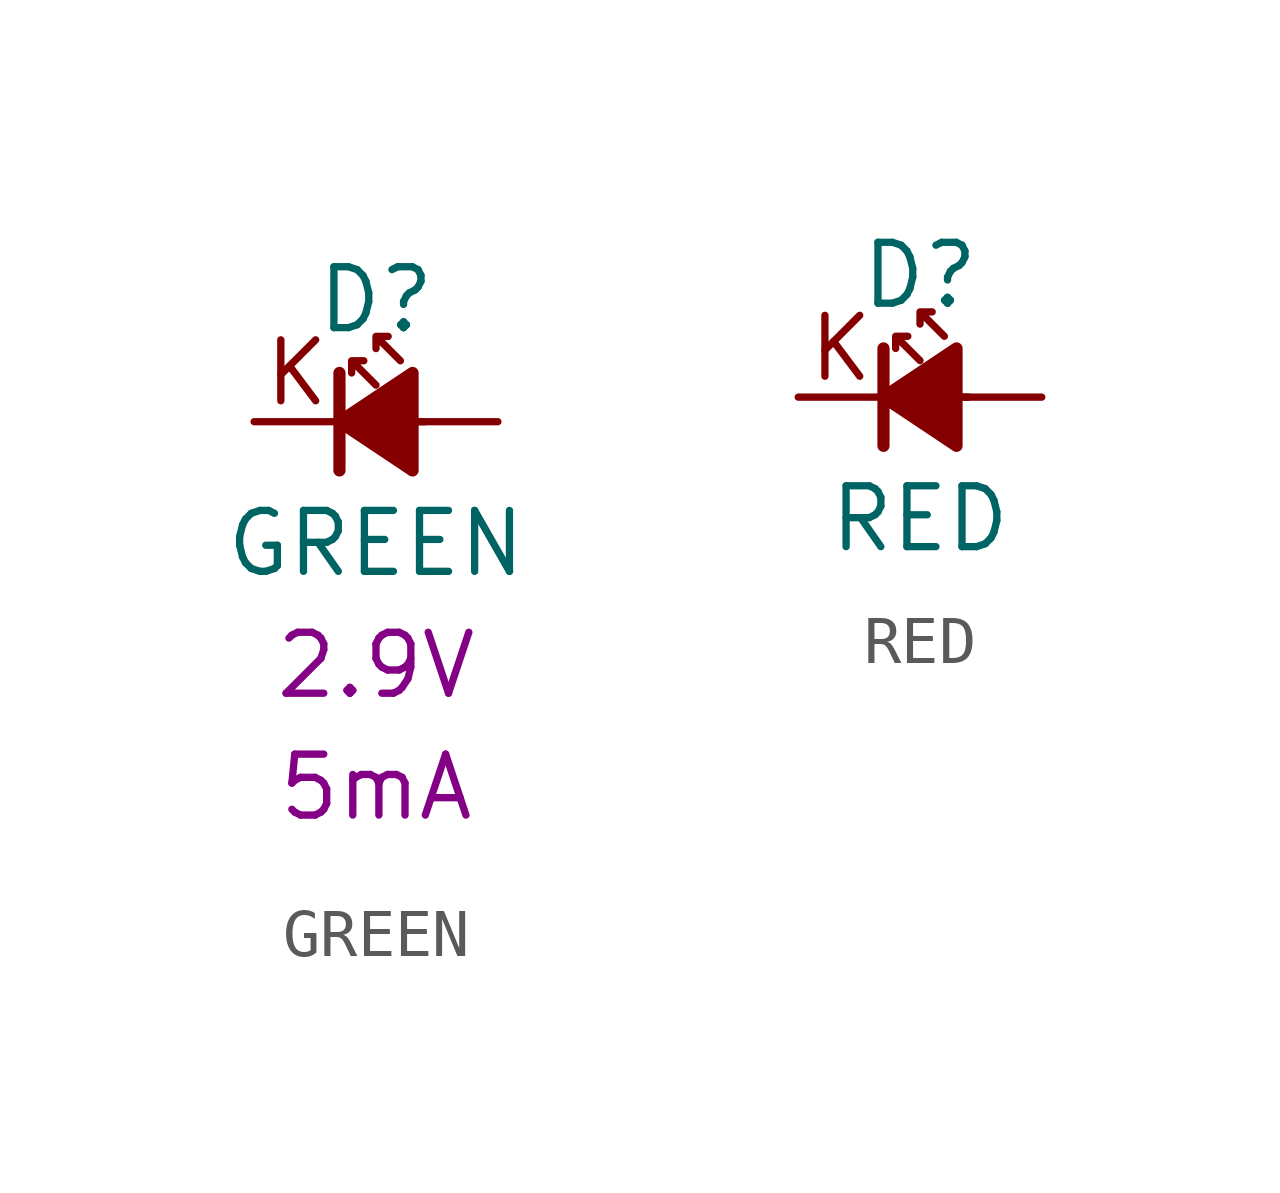
<source format=kicad_sym>
(kicad_symbol_lib
  (version 20210619)
  (generator kicad_symbol_editor)
  (symbol "ulib_LED_SMD:GREEN"
    (pin_numbers hide)
    (pin_names hide)
    (property "Reference" "D"
      (at -2.54 2.54 0)
      (effects (font (size 1.27 1.27))))
    (property "Value" "GREEN"
      (at -2.54 -2.54 0)
      (effects (font (size 1.27 1.27))))
    (property "Voltage" "2.9V"
      (at -2.54 -5.08 0)
      (effects (font (size 1.27 1.27))))
    (property "Current" "5mA"
      (at -2.54 -7.62 0)
      (effects (font (size 1.27 1.27))))
    (symbol "GREEN_0_0"
      (text "K" (at -4.191 1.016 0) (effects (font (size 1.27 1.27)))))
    (symbol "GREEN_0_1"
      (polyline (pts (xy -3.302 -1.016) (xy -3.302 1.016)) (stroke (width 0.254)) (fill (type none)))
      (polyline (pts (xy -1.524 0) (xy -3.302 0)) (stroke (width 0)) (fill (type none)))
      (polyline (pts (xy -2.54 0.762) (xy -3.048 1.27) (xy -2.794 1.27) (xy -3.048 1.27) (xy -3.048 1.016)) (stroke (width 0)) (fill (type none)))
      (polyline (pts (xy -2.032 1.27) (xy -2.54 1.778) (xy -2.286 1.778) (xy -2.54 1.778) (xy -2.54 1.524)) (stroke (width 0)) (fill (type none)))
      (polyline (pts (xy -1.778 -1.016) (xy -3.302 0) (xy -1.778 1.016) (xy -1.778 -1.016)) (stroke (width 0.254)) (fill (type outline))))
    (symbol "GREEN_1_1"
      (pin passive line (at -5.08 0 0) (length 1.778) (name "K" (effects (font (size 1.27 1.27)))) (number "1" (effects (font (size 1.27 1.27)))))
      (pin passive line (at 0 0 180) (length 1.778) (name "A" (effects (font (size 1.27 1.27)))) (number "2" (effects (font (size 1.27 1.27)))))))
  (symbol "ulib_LED_SMD:RED"
    (pin_numbers hide)
    (pin_names hide)
    (property "Reference" "D"
      (at -2.54 2.54 0)
      (effects (font (size 1.27 1.27))))
    (property "Value" "RED"
      (at -2.54 -2.54 0)
      (effects (font (size 1.27 1.27))))
    (symbol "RED_0_0"
      (text "K" (at -4.191 1.016 0) (effects (font (size 1.27 1.27)))))
    (symbol "RED_0_1"
      (polyline (pts (xy -3.302 -1.016) (xy -3.302 1.016)) (stroke (width 0.254)) (fill (type none)))
      (polyline (pts (xy -1.524 0) (xy -3.302 0)) (stroke (width 0)) (fill (type none)))
      (polyline (pts (xy -2.54 0.762) (xy -3.048 1.27) (xy -2.794 1.27) (xy -3.048 1.27) (xy -3.048 1.016)) (stroke (width 0)) (fill (type none)))
      (polyline (pts (xy -2.032 1.27) (xy -2.54 1.778) (xy -2.286 1.778) (xy -2.54 1.778) (xy -2.54 1.524)) (stroke (width 0)) (fill (type none)))
      (polyline (pts (xy -1.778 -1.016) (xy -3.302 0) (xy -1.778 1.016) (xy -1.778 -1.016)) (stroke (width 0.254)) (fill (type outline))))
    (symbol "RED_1_1"
      (pin passive line (at -5.08 0 0) (length 1.778) (name "K" (effects (font (size 1.27 1.27)))) (number "1" (effects (font (size 1.27 1.27)))))
      (pin passive line (at 0 0 180) (length 1.778) (name "A" (effects (font (size 1.27 1.27)))) (number "2" (effects (font (size 1.27 1.27))))))))
</source>
